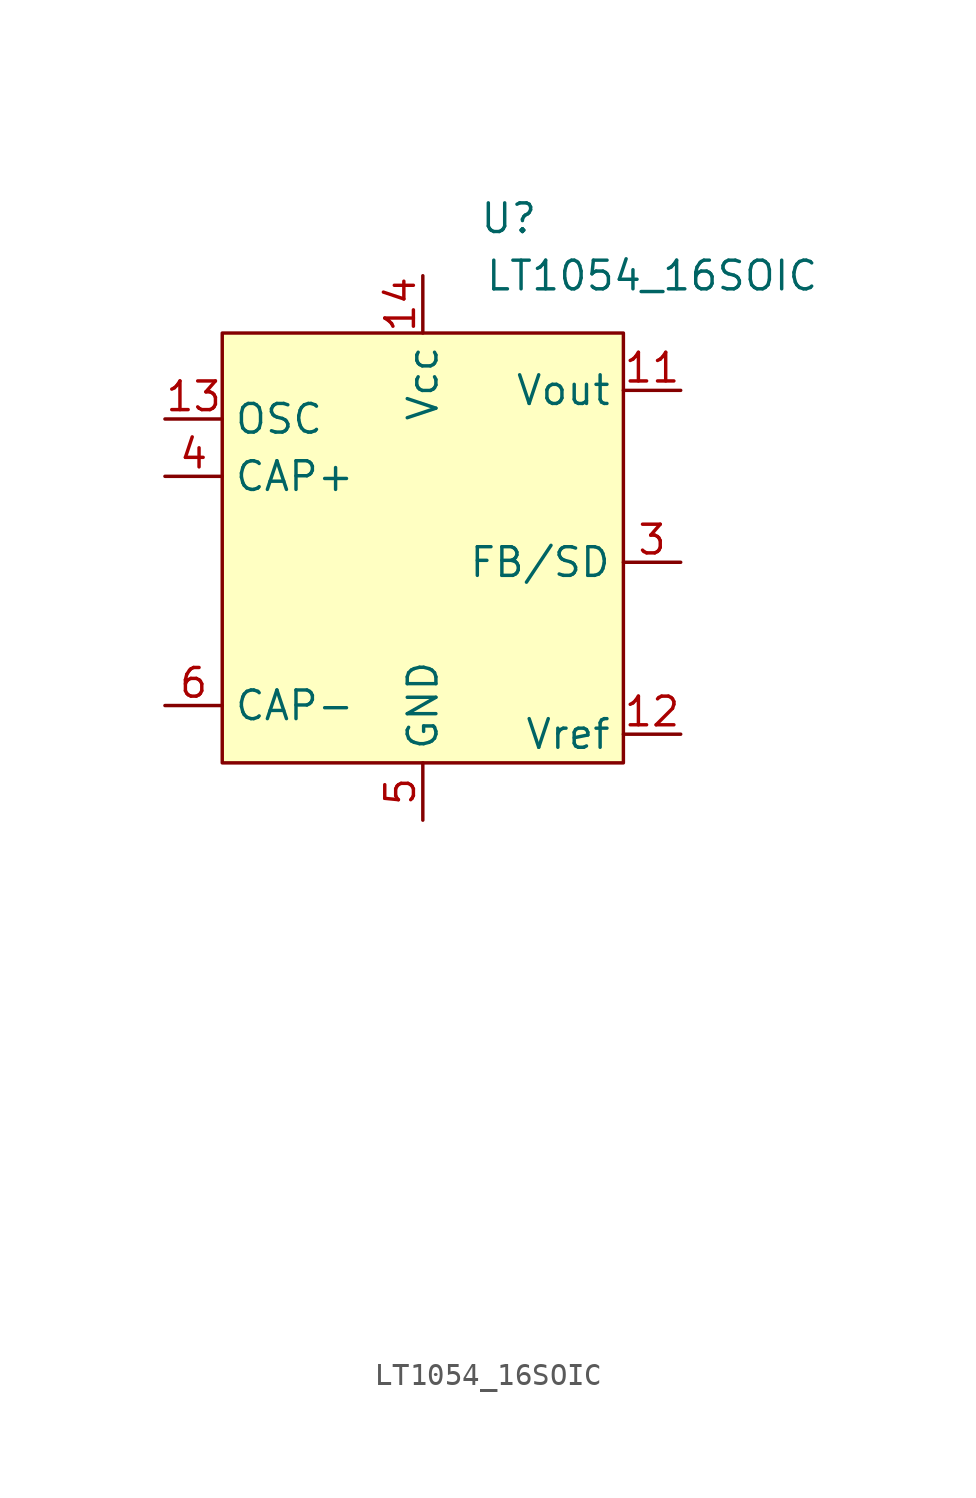
<source format=kicad_sym>
(kicad_symbol_lib
  (version 20231120)
  (generator "kicad_symbol_editor")
  (generator_version "8.0")
  (symbol "LT1054_16SOIC"
    (property "Reference" "U"
      (at 3.81 15.24 0)
      (effects (font (size 1.27 1.27))))
    (property "Value" "LT1054_16SOIC"
      (at 10.16 12.7 0)
      (effects (font (size 1.27 1.27))))
    (symbol "LT1054_16SOIC_0_1"
      (rectangle (start -8.89 10.16) (end 8.89 -8.89) (stroke (width 0) (type default)) (fill (type background))))
    (symbol "LT1054_16SOIC_1_1"
      (pin no_connect line (at 12.7 -12.7 0) (length 2.54) hide (name "NC" (effects (font (size 1.27 1.27)))) (number "1" (effects (font (size 1.27 1.27)))))
      (pin no_connect line (at 12.7 -25.4 0) (length 2.54) hide (name "NC" (effects (font (size 1.27 1.27)))) (number "10" (effects (font (size 1.27 1.27)))))
      (pin passive line (at 11.43 7.62 180) (length 2.54) (name "Vout" (effects (font (size 1.27 1.27)))) (number "11" (effects (font (size 1.27 1.27)))))
      (pin input line (at 11.43 -7.62 180) (length 2.54) (name "Vref" (effects (font (size 1.27 1.27)))) (number "12" (effects (font (size 1.27 1.27)))))
      (pin input line (at -11.43 6.35 0) (length 2.54) (name "OSC" (effects (font (size 1.27 1.27)))) (number "13" (effects (font (size 1.27 1.27)))))
      (pin input line (at 0 12.7 270) (length 2.54) (name "Vcc" (effects (font (size 1.27 1.27)))) (number "14" (effects (font (size 1.27 1.27)))))
      (pin no_connect line (at 12.7 -27.94 0) (length 2.54) hide (name "NC" (effects (font (size 1.27 1.27)))) (number "15" (effects (font (size 1.27 1.27)))))
      (pin no_connect line (at 12.7 -30.48 0) (length 2.54) hide (name "NC" (effects (font (size 1.27 1.27)))) (number "16" (effects (font (size 1.27 1.27)))))
      (pin no_connect line (at 12.7 -15.24 0) (length 2.54) hide (name "NC" (effects (font (size 1.27 1.27)))) (number "2" (effects (font (size 1.27 1.27)))))
      (pin input line (at 11.43 0 180) (length 2.54) (name "FB/SD" (effects (font (size 1.27 1.27)))) (number "3" (effects (font (size 1.27 1.27)))))
      (pin input line (at -11.43 3.81 0) (length 2.54) (name "CAP+" (effects (font (size 1.27 1.27)))) (number "4" (effects (font (size 1.27 1.27)))))
      (pin input line (at 0 -11.43 90) (length 2.54) (name "GND" (effects (font (size 1.27 1.27)))) (number "5" (effects (font (size 1.27 1.27)))))
      (pin input line (at -11.43 -6.35 0) (length 2.54) (name "CAP-" (effects (font (size 1.27 1.27)))) (number "6" (effects (font (size 1.27 1.27)))))
      (pin no_connect line (at 12.7 -17.78 0) (length 2.54) hide (name "NC" (effects (font (size 1.27 1.27)))) (number "7" (effects (font (size 1.27 1.27)))))
      (pin no_connect line (at 12.7 -20.32 0) (length 2.54) hide (name "NC" (effects (font (size 1.27 1.27)))) (number "8" (effects (font (size 1.27 1.27)))))
      (pin no_connect line (at 12.7 -22.86 0) (length 2.54) hide (name "NC" (effects (font (size 1.27 1.27)))) (number "9" (effects (font (size 1.27 1.27))))))))
</source>
